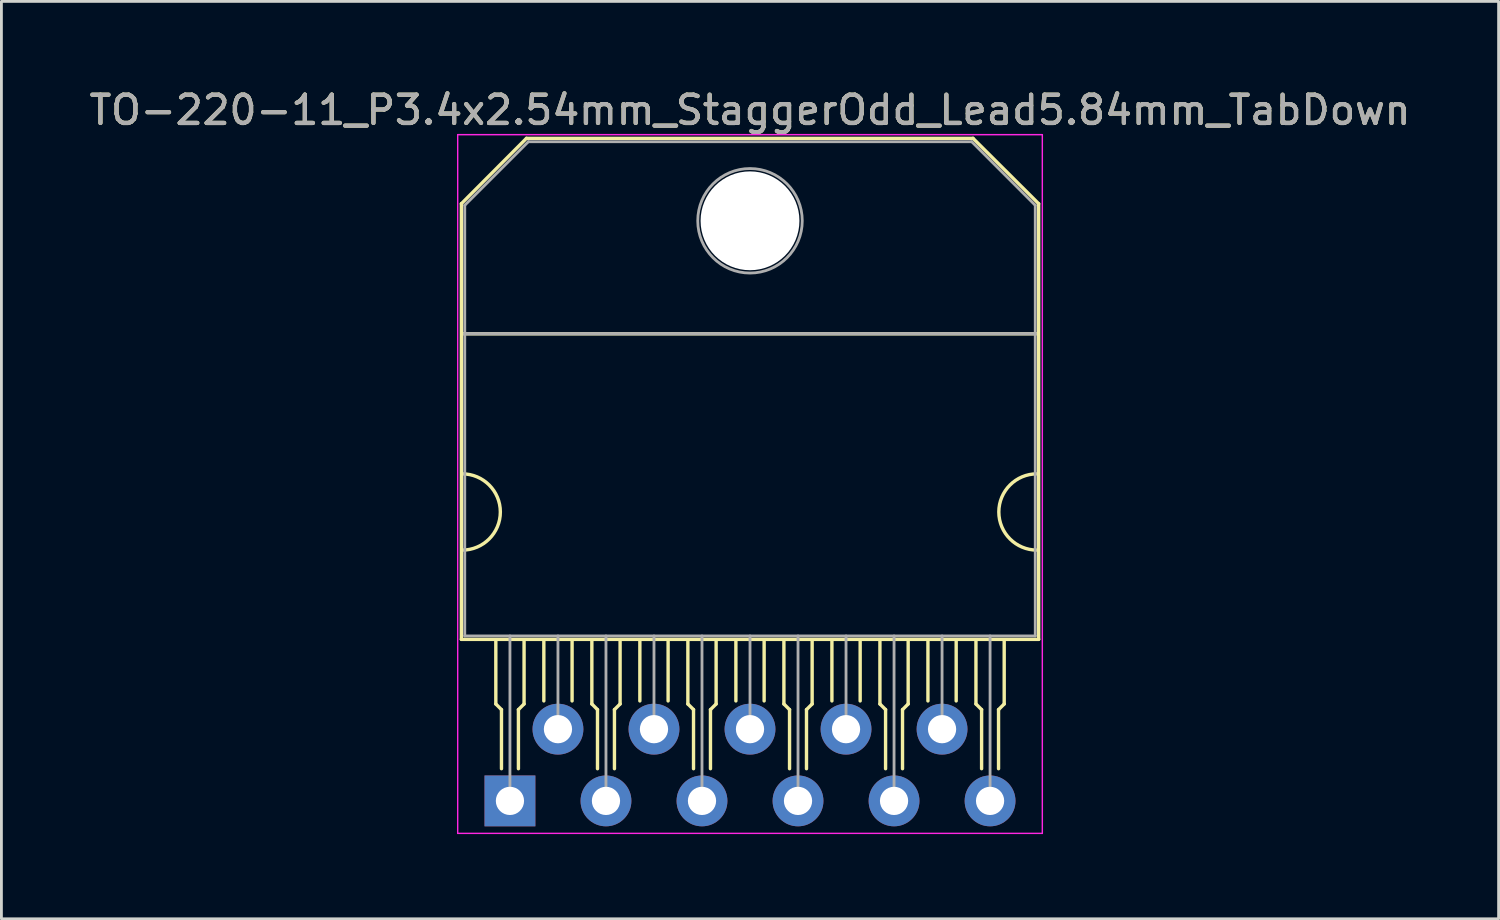
<source format=kicad_pcb>
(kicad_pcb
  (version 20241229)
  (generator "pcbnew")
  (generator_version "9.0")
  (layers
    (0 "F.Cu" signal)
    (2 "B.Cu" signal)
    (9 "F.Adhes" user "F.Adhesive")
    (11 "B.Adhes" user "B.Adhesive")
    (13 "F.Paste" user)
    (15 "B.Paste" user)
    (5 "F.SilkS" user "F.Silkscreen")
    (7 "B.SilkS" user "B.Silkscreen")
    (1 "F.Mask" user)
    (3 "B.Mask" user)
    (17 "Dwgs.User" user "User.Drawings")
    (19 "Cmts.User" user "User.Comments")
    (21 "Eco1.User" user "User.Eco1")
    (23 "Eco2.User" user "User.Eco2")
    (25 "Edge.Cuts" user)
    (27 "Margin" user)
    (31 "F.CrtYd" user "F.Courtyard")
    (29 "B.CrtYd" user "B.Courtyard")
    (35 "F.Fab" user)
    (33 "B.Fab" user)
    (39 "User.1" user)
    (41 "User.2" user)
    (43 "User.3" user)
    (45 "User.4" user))
  (footprint "TO-220-11_P3.4x2.54mm_StaggerOdd_Lead5.84mm_TabDown"
    (layer "F.Cu")
    (at 15.006 25.308)
    (property "Reference" "TO-220-11_P3.4x2.54mm_StaggerOdd_Lead5.84mm_TabDown" (at 8.5 -24.46 0) (layer "F.SilkS") (effects (font (size 1 1) (thickness 0.15))))
    (attr through_hole)
    (fp_line (start -1.72 -21.145) (end -1.72 -5.72) (stroke (width 0.12) (type solid)) (layer "F.SilkS"))
    (fp_line (start -1.72 -21.145) (end 0.585 -23.46) (stroke (width 0.12) (type solid)) (layer "F.SilkS"))
    (fp_line (start -1.72 -5.72) (end 18.72 -5.72) (stroke (width 0.12) (type solid)) (layer "F.SilkS"))
    (fp_line (start -1.69 -16.54) (end 18.66 -16.54) (stroke (width 0.12) (type solid)) (layer "F.SilkS"))
    (fp_line (start -0.5 -5.682) (end -0.5 -3.432) (stroke (width 0.12) (type solid)) (layer "F.SilkS"))
    (fp_line (start -0.5 -3.432) (end -0.3 -3.232) (stroke (width 0.12) (type solid)) (layer "F.SilkS"))
    (fp_line (start -0.3 -1.14) (end -0.3 -3.232) (stroke (width 0.12) (type solid)) (layer "F.SilkS"))
    (fp_line (start 0.3 -1.14) (end 0.3 -3.232) (stroke (width 0.12) (type solid)) (layer "F.SilkS"))
    (fp_line (start 0.5 -5.682) (end 0.5 -3.432) (stroke (width 0.12) (type solid)) (layer "F.SilkS"))
    (fp_line (start 0.5 -3.432) (end 0.3 -3.232) (stroke (width 0.12) (type solid)) (layer "F.SilkS"))
    (fp_line (start 0.585 -23.46) (end 16.396 -23.46) (stroke (width 0.12) (type solid)) (layer "F.SilkS"))
    (fp_line (start 1.2 -5.682) (end 1.2 -3.54) (stroke (width 0.12) (type solid)) (layer "F.SilkS"))
    (fp_line (start 2.2 -5.682) (end 2.2 -3.54) (stroke (width 0.12) (type solid)) (layer "F.SilkS"))
    (fp_line (start 2.9 -5.682) (end 2.9 -3.432) (stroke (width 0.12) (type solid)) (layer "F.SilkS"))
    (fp_line (start 2.9 -3.432) (end 3.1 -3.232) (stroke (width 0.12) (type solid)) (layer "F.SilkS"))
    (fp_line (start 3.1 -1.14) (end 3.1 -3.232) (stroke (width 0.12) (type solid)) (layer "F.SilkS"))
    (fp_line (start 3.7 -1.14) (end 3.7 -3.232) (stroke (width 0.12) (type solid)) (layer "F.SilkS"))
    (fp_line (start 3.9 -5.682) (end 3.9 -3.432) (stroke (width 0.12) (type solid)) (layer "F.SilkS"))
    (fp_line (start 3.9 -3.432) (end 3.7 -3.232) (stroke (width 0.12) (type solid)) (layer "F.SilkS"))
    (fp_line (start 4.6 -5.682) (end 4.6 -3.54) (stroke (width 0.12) (type solid)) (layer "F.SilkS"))
    (fp_line (start 5.6 -5.682) (end 5.6 -3.54) (stroke (width 0.12) (type solid)) (layer "F.SilkS"))
    (fp_line (start 6.3 -5.682) (end 6.3 -3.432) (stroke (width 0.12) (type solid)) (layer "F.SilkS"))
    (fp_line (start 6.3 -3.432) (end 6.5 -3.232) (stroke (width 0.12) (type solid)) (layer "F.SilkS"))
    (fp_line (start 6.5 -1.14) (end 6.5 -3.232) (stroke (width 0.12) (type solid)) (layer "F.SilkS"))
    (fp_line (start 7.1 -1.14) (end 7.1 -3.232) (stroke (width 0.12) (type solid)) (layer "F.SilkS"))
    (fp_line (start 7.3 -5.682) (end 7.3 -3.432) (stroke (width 0.12) (type solid)) (layer "F.SilkS"))
    (fp_line (start 7.3 -3.432) (end 7.1 -3.232) (stroke (width 0.12) (type solid)) (layer "F.SilkS"))
    (fp_line (start 8 -5.682) (end 8 -3.54) (stroke (width 0.12) (type solid)) (layer "F.SilkS"))
    (fp_line (start 9 -5.682) (end 9 -3.54) (stroke (width 0.12) (type solid)) (layer "F.SilkS"))
    (fp_line (start 9.7 -5.682) (end 9.7 -3.432) (stroke (width 0.12) (type solid)) (layer "F.SilkS"))
    (fp_line (start 9.7 -3.432) (end 9.9 -3.232) (stroke (width 0.12) (type solid)) (layer "F.SilkS"))
    (fp_line (start 9.9 -1.14) (end 9.9 -3.232) (stroke (width 0.12) (type solid)) (layer "F.SilkS"))
    (fp_line (start 10.5 -1.14) (end 10.5 -3.232) (stroke (width 0.12) (type solid)) (layer "F.SilkS"))
    (fp_line (start 10.7 -5.682) (end 10.7 -3.432) (stroke (width 0.12) (type solid)) (layer "F.SilkS"))
    (fp_line (start 10.7 -3.432) (end 10.5 -3.232) (stroke (width 0.12) (type solid)) (layer "F.SilkS"))
    (fp_line (start 11.4 -5.682) (end 11.4 -3.54) (stroke (width 0.12) (type solid)) (layer "F.SilkS"))
    (fp_line (start 12.4 -5.682) (end 12.4 -3.54) (stroke (width 0.12) (type solid)) (layer "F.SilkS"))
    (fp_line (start 13.1 -5.682) (end 13.1 -3.432) (stroke (width 0.12) (type solid)) (layer "F.SilkS"))
    (fp_line (start 13.1 -3.432) (end 13.3 -3.232) (stroke (width 0.12) (type solid)) (layer "F.SilkS"))
    (fp_line (start 13.3 -1.14) (end 13.3 -3.232) (stroke (width 0.12) (type solid)) (layer "F.SilkS"))
    (fp_line (start 13.9 -1.14) (end 13.9 -3.232) (stroke (width 0.12) (type solid)) (layer "F.SilkS"))
    (fp_line (start 14.1 -5.682) (end 14.1 -3.432) (stroke (width 0.12) (type solid)) (layer "F.SilkS"))
    (fp_line (start 14.1 -3.432) (end 13.9 -3.232) (stroke (width 0.12) (type solid)) (layer "F.SilkS"))
    (fp_line (start 14.8 -5.682) (end 14.8 -3.54) (stroke (width 0.12) (type solid)) (layer "F.SilkS"))
    (fp_line (start 15.8 -5.682) (end 15.8 -3.54) (stroke (width 0.12) (type solid)) (layer "F.SilkS"))
    (fp_line (start 16.5 -5.682) (end 16.5 -3.432) (stroke (width 0.12) (type solid)) (layer "F.SilkS"))
    (fp_line (start 16.5 -3.432) (end 16.7 -3.232) (stroke (width 0.12) (type solid)) (layer "F.SilkS"))
    (fp_line (start 16.7 -1.14) (end 16.7 -3.232) (stroke (width 0.12) (type solid)) (layer "F.SilkS"))
    (fp_line (start 17.3 -1.14) (end 17.3 -3.232) (stroke (width 0.12) (type solid)) (layer "F.SilkS"))
    (fp_line (start 17.5 -5.682) (end 17.5 -3.432) (stroke (width 0.12) (type solid)) (layer "F.SilkS"))
    (fp_line (start 17.5 -3.432) (end 17.3 -3.232) (stroke (width 0.12) (type solid)) (layer "F.SilkS"))
    (fp_line (start 18.72 -21.145) (end 16.396 -23.46) (stroke (width 0.12) (type solid)) (layer "F.SilkS"))
    (fp_line (start 18.72 -21.145) (end 18.72 -5.72) (stroke (width 0.12) (type solid)) (layer "F.SilkS"))
    (fp_arc (start -1.69 -11.58) (mid -0.34 -10.23) (end -1.69 -8.88) (stroke (width 0.12) (type solid)) (layer "F.SilkS"))
    (fp_arc (start 18.66 -8.88) (mid 17.31 -10.23) (end 18.66 -11.58) (stroke (width 0.12) (type solid)) (layer "F.SilkS"))
    (fp_line (start -1.85 -23.59) (end -1.85 1.15) (stroke (width 0.05) (type solid)) (layer "F.CrtYd"))
    (fp_line (start -1.85 1.15) (end 18.85 1.15) (stroke (width 0.05) (type solid)) (layer "F.CrtYd"))
    (fp_line (start 18.85 -23.59) (end -1.85 -23.59) (stroke (width 0.05) (type solid)) (layer "F.CrtYd"))
    (fp_line (start 18.85 1.15) (end 18.85 -23.59) (stroke (width 0.05) (type solid)) (layer "F.CrtYd"))
    (fp_line (start -1.6 -21.09) (end 0.651 -23.34) (stroke (width 0.1) (type solid)) (layer "F.Fab"))
    (fp_line (start -1.6 -16.54) (end -1.6 -21.09) (stroke (width 0.1) (type solid)) (layer "F.Fab"))
    (fp_line (start -1.6 -16.54) (end 18.6 -16.54) (stroke (width 0.1) (type solid)) (layer "F.Fab"))
    (fp_line (start -1.6 -5.84) (end -1.6 -16.54) (stroke (width 0.1) (type solid)) (layer "F.Fab"))
    (fp_line (start 0 -5.84) (end 0 0) (stroke (width 0.1) (type solid)) (layer "F.Fab"))
    (fp_line (start 0.651 -23.34) (end 16.351 -23.34) (stroke (width 0.1) (type solid)) (layer "F.Fab"))
    (fp_line (start 1.7 -5.84) (end 1.7 -2.54) (stroke (width 0.1) (type solid)) (layer "F.Fab"))
    (fp_line (start 3.4 -5.84) (end 3.4 0) (stroke (width 0.1) (type solid)) (layer "F.Fab"))
    (fp_line (start 5.1 -5.84) (end 5.1 -2.54) (stroke (width 0.1) (type solid)) (layer "F.Fab"))
    (fp_line (start 6.8 -5.84) (end 6.8 0) (stroke (width 0.1) (type solid)) (layer "F.Fab"))
    (fp_line (start 8.5 -5.84) (end 8.5 -2.54) (stroke (width 0.1) (type solid)) (layer "F.Fab"))
    (fp_line (start 10.2 -5.84) (end 10.2 0) (stroke (width 0.1) (type solid)) (layer "F.Fab"))
    (fp_line (start 11.9 -5.84) (end 11.9 -2.54) (stroke (width 0.1) (type solid)) (layer "F.Fab"))
    (fp_line (start 13.6 -5.84) (end 13.6 0) (stroke (width 0.1) (type solid)) (layer "F.Fab"))
    (fp_line (start 15.3 -5.84) (end 15.3 -2.54) (stroke (width 0.1) (type solid)) (layer "F.Fab"))
    (fp_line (start 16.351 -23.34) (end 18.6 -21.09) (stroke (width 0.1) (type solid)) (layer "F.Fab"))
    (fp_line (start 17 -5.84) (end 17 0) (stroke (width 0.1) (type solid)) (layer "F.Fab"))
    (fp_line (start 18.6 -21.09) (end 18.6 -16.54) (stroke (width 0.1) (type solid)) (layer "F.Fab"))
    (fp_line (start 18.6 -16.54) (end -1.6 -16.54) (stroke (width 0.1) (type solid)) (layer "F.Fab"))
    (fp_line (start 18.6 -16.54) (end 18.6 -5.84) (stroke (width 0.1) (type solid)) (layer "F.Fab"))
    (fp_line (start 18.6 -5.84) (end -1.6 -5.84) (stroke (width 0.1) (type solid)) (layer "F.Fab"))
    (fp_circle (center 8.5 -20.54) (end 10.35 -20.54) (stroke (width 0.1) (type solid)) (fill no) (layer "F.Fab"))
    (fp_text user "${REFERENCE}" (at 8.5 -24.46 0) (layer "F.Fab") (effects (font (size 1 1) (thickness 0.15))))
    (pad "" np_thru_hole oval (at 8.5 -20.54) (size 3.5 3.5) (drill 3.5) (layers "*.Cu" "*.Mask"))
    (pad "1" thru_hole rect (at 0 0) (size 1.8 1.8) (drill 1) (layers "*.Cu" "*.Mask"))
    (pad "2" thru_hole oval (at 1.7 -2.54) (size 1.8 1.8) (drill 1) (layers "*.Cu" "*.Mask"))
    (pad "3" thru_hole oval (at 3.4 0) (size 1.8 1.8) (drill 1) (layers "*.Cu" "*.Mask"))
    (pad "4" thru_hole oval (at 5.1 -2.54) (size 1.8 1.8) (drill 1) (layers "*.Cu" "*.Mask"))
    (pad "5" thru_hole oval (at 6.8 0) (size 1.8 1.8) (drill 1) (layers "*.Cu" "*.Mask"))
    (pad "6" thru_hole oval (at 8.5 -2.54) (size 1.8 1.8) (drill 1) (layers "*.Cu" "*.Mask"))
    (pad "7" thru_hole oval (at 10.2 0) (size 1.8 1.8) (drill 1) (layers "*.Cu" "*.Mask"))
    (pad "8" thru_hole oval (at 11.9 -2.54) (size 1.8 1.8) (drill 1) (layers "*.Cu" "*.Mask"))
    (pad "9" thru_hole oval (at 13.6 0) (size 1.8 1.8) (drill 1) (layers "*.Cu" "*.Mask"))
    (pad "10" thru_hole oval (at 15.3 -2.54) (size 1.8 1.8) (drill 1) (layers "*.Cu" "*.Mask"))
    (pad "11" thru_hole oval (at 17 0) (size 1.8 1.8) (drill 1) (layers "*.Cu" "*.Mask")))
  (gr_rect
    (start -3 -3)
    (end 50.012 29.483)
    (stroke (width 0.1) (type default))
    (fill no)
    (layer "Edge.Cuts")))
</source>
